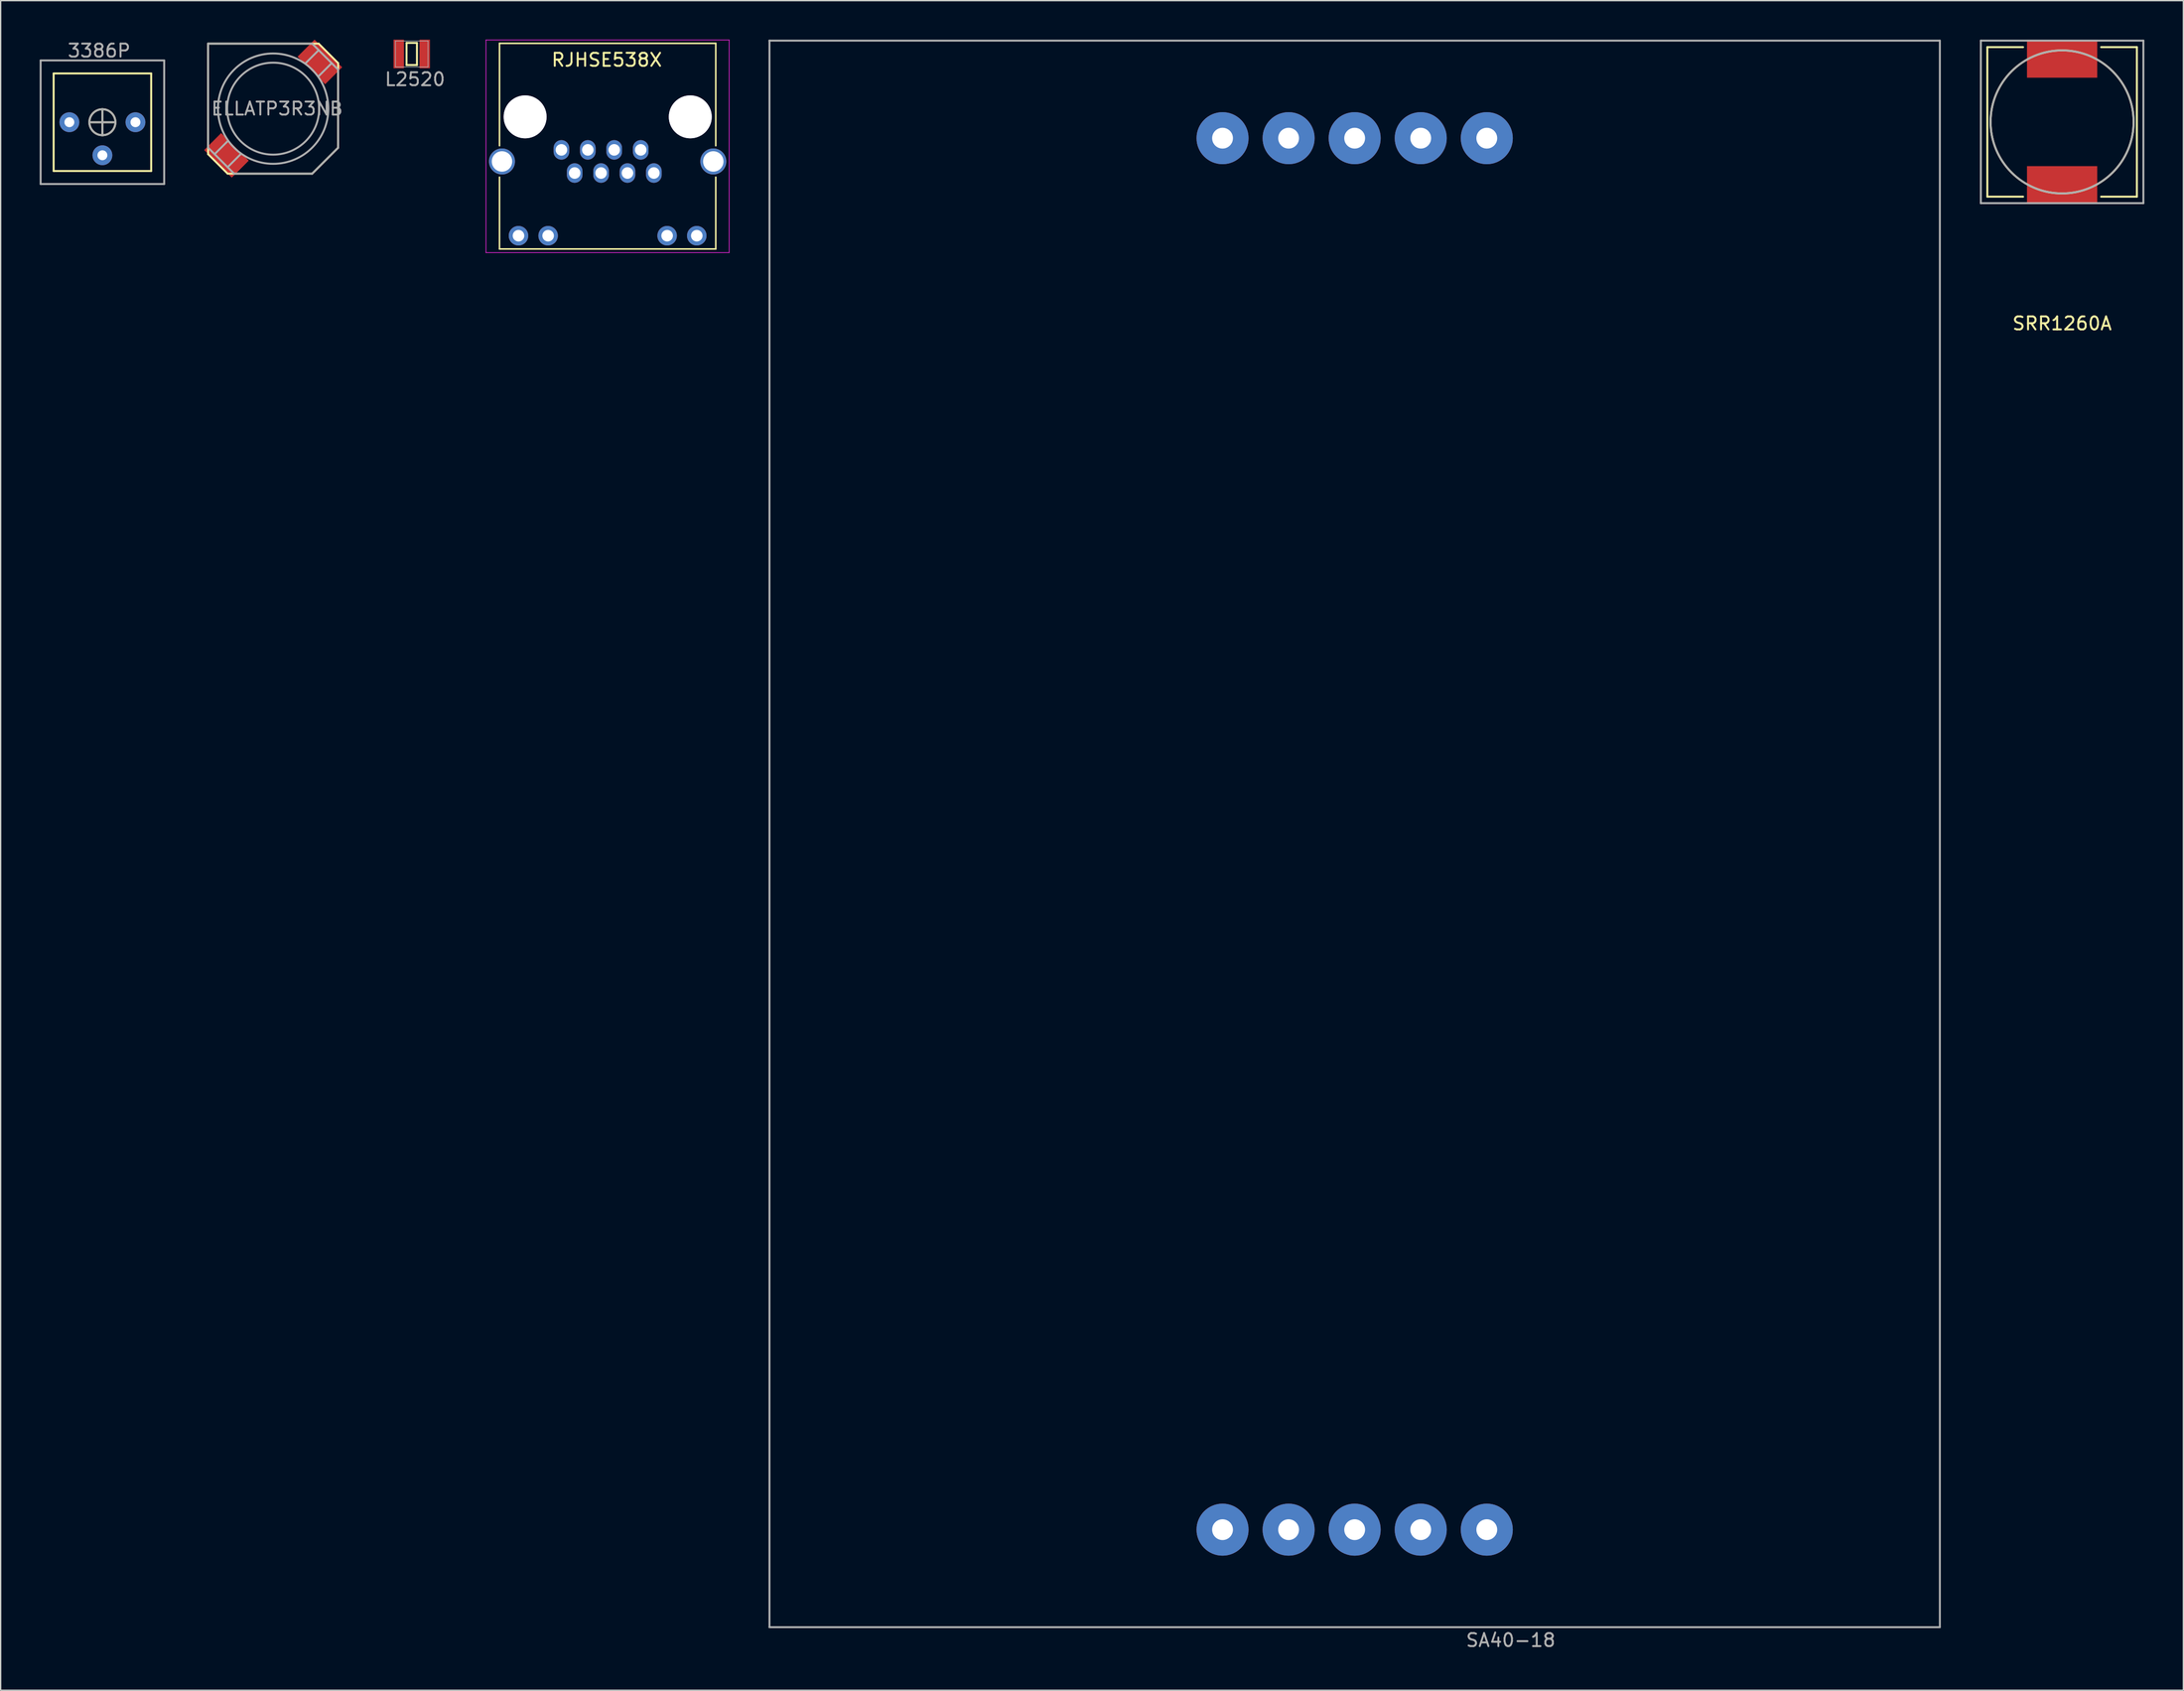
<source format=kicad_pcb>
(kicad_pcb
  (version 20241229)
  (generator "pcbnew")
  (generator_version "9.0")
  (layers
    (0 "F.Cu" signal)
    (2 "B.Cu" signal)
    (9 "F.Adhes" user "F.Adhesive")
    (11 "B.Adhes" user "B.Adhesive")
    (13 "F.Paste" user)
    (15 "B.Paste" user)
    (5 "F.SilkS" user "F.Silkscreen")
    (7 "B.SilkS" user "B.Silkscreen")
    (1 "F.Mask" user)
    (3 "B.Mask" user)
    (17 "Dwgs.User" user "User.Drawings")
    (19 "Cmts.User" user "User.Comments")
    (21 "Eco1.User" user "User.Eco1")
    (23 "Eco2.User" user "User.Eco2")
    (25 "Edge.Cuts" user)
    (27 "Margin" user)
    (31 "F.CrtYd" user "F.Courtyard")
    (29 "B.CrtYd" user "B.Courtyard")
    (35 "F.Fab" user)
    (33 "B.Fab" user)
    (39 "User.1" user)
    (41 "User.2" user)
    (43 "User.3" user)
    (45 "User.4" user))
  (footprint "SA40-18"
    (layer "F.Cu")
    (at 101.121 61.075)
    (property "Reference" "SA40-18" (at 12 62 0) (layer "F.Fab") (effects (font (size 1 1) (thickness 0.15))))
    (attr through_hole)
    (fp_line (start -45 -61) (end -45 -61) (stroke (width 0.15) (type solid)) (layer "F.Fab"))
    (fp_line (start -45 -61) (end 45 -61) (stroke (width 0.15) (type solid)) (layer "F.Fab"))
    (fp_line (start -45 61) (end -45 -61) (stroke (width 0.15) (type solid)) (layer "F.Fab"))
    (fp_line (start 45 -61) (end 45 61) (stroke (width 0.15) (type solid)) (layer "F.Fab"))
    (fp_line (start 45 61) (end -45 61) (stroke (width 0.15) (type solid)) (layer "F.Fab"))
    (pad "1" thru_hole circle (at -10.16 53.5) (size 4 4) (drill 1.6) (layers "*.Cu" "*.Mask"))
    (pad "2" thru_hole circle (at -5.08 53.5) (size 4 4) (drill 1.6) (layers "*.Cu" "*.Mask"))
    (pad "3" thru_hole circle (at 0 53.5) (size 4 4) (drill 1.6) (layers "*.Cu" "*.Mask"))
    (pad "4" thru_hole circle (at 5.08 53.5) (size 4 4) (drill 1.6) (layers "*.Cu" "*.Mask"))
    (pad "5" thru_hole circle (at 10.16 53.5) (size 4 4) (drill 1.6) (layers "*.Cu" "*.Mask"))
    (pad "6" thru_hole circle (at 10.16 -53.5) (size 4 4) (drill 1.6) (layers "*.Cu" "*.Mask"))
    (pad "7" thru_hole circle (at 5.08 -53.5) (size 4 4) (drill 1.6) (layers "*.Cu" "*.Mask"))
    (pad "8" thru_hole circle (at 0 -53.5) (size 4 4) (drill 1.6) (layers "*.Cu" "*.Mask"))
    (pad "9" thru_hole circle (at -5.08 -53.5) (size 4 4) (drill 1.6) (layers "*.Cu" "*.Mask"))
    (pad "10" thru_hole circle (at -10.16 -53.5) (size 4 4) (drill 1.6) (layers "*.Cu" "*.Mask")))
  (footprint "3386P"
    (layer "F.Cu")
    (at 4.825 6.348)
    (property "Reference" "3386P" (at -0.25 -5.5 0) (layer "F.Fab") (effects (font (size 1 1) (thickness 0.15))))
    (attr through_hole)
    (fp_line (start -3.75 -3.75) (end -3.75 3.75) (stroke (width 0.15) (type solid)) (layer "F.SilkS"))
    (fp_line (start -3.75 3.75) (end 3.75 3.75) (stroke (width 0.15) (type solid)) (layer "F.SilkS"))
    (fp_line (start -1 0) (end 1 0) (stroke (width 0.15) (type solid)) (layer "F.SilkS"))
    (fp_line (start 0 -1) (end 0 1) (stroke (width 0.15) (type solid)) (layer "F.SilkS"))
    (fp_line (start 3.75 -3.75) (end -3.75 -3.75) (stroke (width 0.15) (type solid)) (layer "F.SilkS"))
    (fp_line (start 3.75 3.75) (end 3.75 -3.75) (stroke (width 0.15) (type solid)) (layer "F.SilkS"))
    (fp_circle (center 0 0) (end 1 0) (stroke (width 0.15) (type solid)) (fill no) (layer "F.SilkS"))
    (fp_line (start -4.75 -4.75) (end -4.75 4.75) (stroke (width 0.15) (type solid)) (layer "F.Fab"))
    (fp_line (start -4.75 4.75) (end 4.75 4.75) (stroke (width 0.15) (type solid)) (layer "F.Fab"))
    (fp_line (start -1 0) (end 1 0) (stroke (width 0.15) (type solid)) (layer "F.Fab"))
    (fp_line (start 0 -1) (end 0 1) (stroke (width 0.15) (type solid)) (layer "F.Fab"))
    (fp_line (start 4.75 -4.75) (end -4.75 -4.75) (stroke (width 0.15) (type solid)) (layer "F.Fab"))
    (fp_line (start 4.75 4.75) (end 4.75 -4.75) (stroke (width 0.15) (type solid)) (layer "F.Fab"))
    (fp_circle (center 0 0) (end 1 0) (stroke (width 0.15) (type solid)) (fill no) (layer "F.Fab"))
    (pad "1" thru_hole circle (at -2.54 0) (size 1.524 1.524) (drill 0.762) (layers "*.Cu" "*.Mask"))
    (pad "2" thru_hole circle (at 0 2.54) (size 1.524 1.524) (drill 0.762) (layers "*.Cu" "*.Mask"))
    (pad "3" thru_hole circle (at 2.54 0) (size 1.524 1.524) (drill 0.762) (layers "*.Cu" "*.Mask")))
  (footprint "L2520"
    (layer "F.Cu")
    (at 28.612 1.1)
    (property "Reference" "L2520" (at 0.25 1.95 0) (layer "F.Fab") (effects (font (size 1 1) (thickness 0.15))))
    (attr through_hole)
    (fp_line (start -0.4 -0.85) (end -0.4 0.85) (stroke (width 0.15) (type solid)) (layer "F.SilkS"))
    (fp_line (start -0.4 0.85) (end 0.4 0.85) (stroke (width 0.15) (type solid)) (layer "F.SilkS"))
    (fp_line (start 0.4 -0.85) (end -0.4 -0.85) (stroke (width 0.15) (type solid)) (layer "F.SilkS"))
    (fp_line (start 0.4 0.85) (end 0.4 -0.85) (stroke (width 0.15) (type solid)) (layer "F.SilkS"))
    (fp_line (start -1.25 -1) (end -1.25 1) (stroke (width 0.05) (type solid)) (layer "F.Fab"))
    (fp_line (start -1.25 1) (end 1.25 1) (stroke (width 0.05) (type solid)) (layer "F.Fab"))
    (fp_line (start 1.25 -1) (end -1.25 -1) (stroke (width 0.05) (type solid)) (layer "F.Fab"))
    (fp_line (start 1.25 1) (end 1.25 -1) (stroke (width 0.05) (type solid)) (layer "F.Fab"))
    (pad "1" smd rect (at -1 0) (size 0.8 2.2) (layers "F.Cu" "F.Mask" "F.Paste"))
    (pad "2" smd rect (at 1 0) (size 0.8 2.2) (layers "F.Cu" "F.Mask" "F.Paste")))
  (footprint "ELLATP3R3NB"
    (layer "F.Cu")
    (at 17.955 5.305)
    (property "Reference" "ELLATP3R3NB" (at 0.3 0 0) (layer "F.Fab") (effects (font (size 1 1) (thickness 0.15))))
    (attr through_hole)
    (fp_line (start -5 -5) (end -5 3.5) (stroke (width 0.15) (type solid)) (layer "F.SilkS"))
    (fp_line (start -5 -5) (end 3.5 -5) (stroke (width 0.15) (type solid)) (layer "F.SilkS"))
    (fp_line (start -5 3.5) (end -3.5 5) (stroke (width 0.15) (type solid)) (layer "F.SilkS"))
    (fp_line (start -3.5 5) (end 3 5) (stroke (width 0.15) (type solid)) (layer "F.SilkS"))
    (fp_line (start 3 5) (end 5 3) (stroke (width 0.15) (type solid)) (layer "F.SilkS"))
    (fp_line (start 3.5 -5) (end 5 -3.5) (stroke (width 0.15) (type solid)) (layer "F.SilkS"))
    (fp_line (start 5 -3.5) (end 5 3) (stroke (width 0.15) (type solid)) (layer "F.SilkS"))
    (fp_line (start -5 -5) (end 3 -5) (stroke (width 0.15) (type solid)) (layer "F.Fab"))
    (fp_line (start -5 3) (end -5 -5) (stroke (width 0.15) (type solid)) (layer "F.Fab"))
    (fp_line (start -4.5 3.5) (end -3.5 2.5) (stroke (width 0.15) (type solid)) (layer "F.Fab"))
    (fp_line (start -3 5) (end -5 3) (stroke (width 0.15) (type solid)) (layer "F.Fab"))
    (fp_line (start -2.5 3.5) (end -3.5 4.5) (stroke (width 0.15) (type solid)) (layer "F.Fab"))
    (fp_line (start 2.5 -3.5) (end 3.5 -4.5) (stroke (width 0.15) (type solid)) (layer "F.Fab"))
    (fp_line (start 3 -5) (end 5 -3) (stroke (width 0.15) (type solid)) (layer "F.Fab"))
    (fp_line (start 3 5) (end -3 5) (stroke (width 0.15) (type solid)) (layer "F.Fab"))
    (fp_line (start 4.5 -3.5) (end 3.5 -2.5) (stroke (width 0.15) (type solid)) (layer "F.Fab"))
    (fp_line (start 5 -3) (end 5 3) (stroke (width 0.15) (type solid)) (layer "F.Fab"))
    (fp_line (start 5 3) (end 3 5) (stroke (width 0.15) (type solid)) (layer "F.Fab"))
    (fp_circle (center 0 0) (end 2.5 -2.5) (stroke (width 0.15) (type solid)) (fill no) (layer "F.Fab"))
    (fp_circle (center 0 0) (end 3 -3) (stroke (width 0.15) (type solid)) (fill no) (layer "F.Fab"))
    (pad "1" smd rect (at 3.59 -3.59 45) (size 1.85 3) (layers "F.Cu" "F.Mask" "F.Paste"))
    (pad "2" smd rect (at -3.59 3.59 45) (size 1.85 3) (layers "F.Cu" "F.Mask" "F.Paste")))
  (footprint "SRR1260A"
    (layer "F.Cu")
    (at 155.521 6.325)
    (property "Reference" "SRR1260A" (at 0 15.5 0) (layer "F.SilkS") (effects (font (size 1 1) (thickness 0.15))))
    (attr through_hole)
    (fp_line (start -5.75 -5.75) (end -5.75 5.75) (stroke (width 0.15) (type solid)) (layer "F.SilkS"))
    (fp_line (start -5.75 -5.75) (end -3 -5.75) (stroke (width 0.15) (type solid)) (layer "F.SilkS"))
    (fp_line (start -5.75 5.75) (end -3 5.75) (stroke (width 0.15) (type solid)) (layer "F.SilkS"))
    (fp_line (start 3 -5.75) (end 5.75 -5.75) (stroke (width 0.15) (type solid)) (layer "F.SilkS"))
    (fp_line (start 5.75 -5.75) (end 5.75 5.75) (stroke (width 0.15) (type solid)) (layer "F.SilkS"))
    (fp_line (start 5.75 5.75) (end 3 5.75) (stroke (width 0.15) (type solid)) (layer "F.SilkS"))
    (fp_circle (center 0 0) (end 5.5 0) (stroke (width 0.15) (type solid)) (fill no) (layer "F.SilkS"))
    (fp_line (start -6.25 -6.25) (end 6.25 -6.25) (stroke (width 0.15) (type solid)) (layer "F.Fab"))
    (fp_line (start -6.25 6.25) (end -6.25 -6.25) (stroke (width 0.15) (type solid)) (layer "F.Fab"))
    (fp_line (start 6.25 -6.25) (end 6.25 6.25) (stroke (width 0.15) (type solid)) (layer "F.Fab"))
    (fp_line (start 6.25 6.25) (end -6.25 6.25) (stroke (width 0.15) (type solid)) (layer "F.Fab"))
    (fp_circle (center 0 0) (end 5.5 0) (stroke (width 0.15) (type solid)) (fill no) (layer "F.Fab"))
    (pad "1" smd rect (at 0 4.85) (size 5.4 2.9) (layers "F.Cu" "F.Mask" "F.Paste"))
    (pad "2" smd rect (at 0 -4.85) (size 5.4 2.9) (layers "F.Cu" "F.Mask" "F.Paste")))
  (footprint "RJHSE538X"
    (layer "F.Cu")
    (at 40.121 8.475)
    (property "Reference" "RJHSE538X" (at 3.49 -6.92 0) (layer "F.SilkS") (effects (font (size 1 1) (thickness 0.15))))
    (attr through_hole)
    (fp_line (start -4.76 -8.19) (end -4.76 -0.32) (stroke (width 0.12) (type solid)) (layer "F.SilkS"))
    (fp_line (start -4.76 7.62) (end -4.76 2.1) (stroke (width 0.12) (type solid)) (layer "F.SilkS"))
    (fp_line (start 11.87 -8.19) (end -4.76 -8.19) (stroke (width 0.12) (type solid)) (layer "F.SilkS"))
    (fp_line (start 11.87 -8.19) (end 11.87 -0.32) (stroke (width 0.12) (type solid)) (layer "F.SilkS"))
    (fp_line (start 11.87 7.62) (end -4.76 7.62) (stroke (width 0.12) (type solid)) (layer "F.SilkS"))
    (fp_line (start 11.87 7.62) (end 11.87 2.1) (stroke (width 0.12) (type solid)) (layer "F.SilkS"))
    (fp_line (start -5.8 -8.45) (end -5.8 7.9) (stroke (width 0.05) (type solid)) (layer "F.CrtYd"))
    (fp_line (start -5.8 7.9) (end 12.9 7.9) (stroke (width 0.05) (type solid)) (layer "F.CrtYd"))
    (fp_line (start 12.9 -8.45) (end -5.8 -8.45) (stroke (width 0.05) (type solid)) (layer "F.CrtYd"))
    (fp_line (start 12.9 7.9) (end 12.9 -8.45) (stroke (width 0.05) (type solid)) (layer "F.CrtYd"))
    (pad "" thru_hole circle (at -4.57 0.89) (size 2 2) (drill 1.57) (layers "*.Cu" "*.Mask"))
    (pad "" thru_hole circle (at -2.79 -2.54) (size 3.3 3.3) (drill 3.3) (layers "*.Cu" "*.Mask"))
    (pad "" thru_hole circle (at 9.91 -2.54) (size 3.3 3.3) (drill 3.3) (layers "*.Cu" "*.Mask"))
    (pad "" thru_hole circle (at 11.68 0.89) (size 2 2) (drill 1.57) (layers "*.Cu" "*.Mask"))
    (pad "1" thru_hole oval (at 0 0) (size 1.2 1.5) (drill 0.89) (layers "*.Cu" "*.Mask"))
    (pad "2" thru_hole oval (at 1.02 1.78) (size 1.2 1.5) (drill 0.89) (layers "*.Cu" "*.Mask"))
    (pad "3" thru_hole oval (at 2.03 0) (size 1.2 1.5) (drill 0.89) (layers "*.Cu" "*.Mask"))
    (pad "4" thru_hole oval (at 3.05 1.78) (size 1.2 1.5) (drill 0.89) (layers "*.Cu" "*.Mask"))
    (pad "5" thru_hole oval (at 4.06 0) (size 1.2 1.5) (drill 0.89) (layers "*.Cu" "*.Mask"))
    (pad "6" thru_hole oval (at 5.08 1.78) (size 1.2 1.5) (drill 0.89) (layers "*.Cu" "*.Mask"))
    (pad "7" thru_hole oval (at 6.1 0) (size 1.2 1.5) (drill 0.89) (layers "*.Cu" "*.Mask"))
    (pad "8" thru_hole oval (at 7.11 1.78) (size 1.2 1.5) (drill 0.89) (layers "*.Cu" "*.Mask"))
    (pad "9" thru_hole circle (at -3.3 6.6) (size 1.5 1.5) (drill 0.89) (layers "*.Cu" "*.Mask"))
    (pad "10" thru_hole circle (at -1.02 6.6) (size 1.5 1.5) (drill 0.89) (layers "*.Cu" "*.Mask"))
    (pad "11" thru_hole circle (at 8.13 6.6) (size 1.5 1.5) (drill 0.89) (layers "*.Cu" "*.Mask"))
    (pad "12" thru_hole circle (at 10.41 6.6) (size 1.5 1.5) (drill 0.89) (layers "*.Cu" "*.Mask")))
  (gr_rect
    (start -3 -3)
    (end 164.846 126.923)
    (stroke (width 0.1) (type default))
    (fill no)
    (layer "Edge.Cuts")))
</source>
